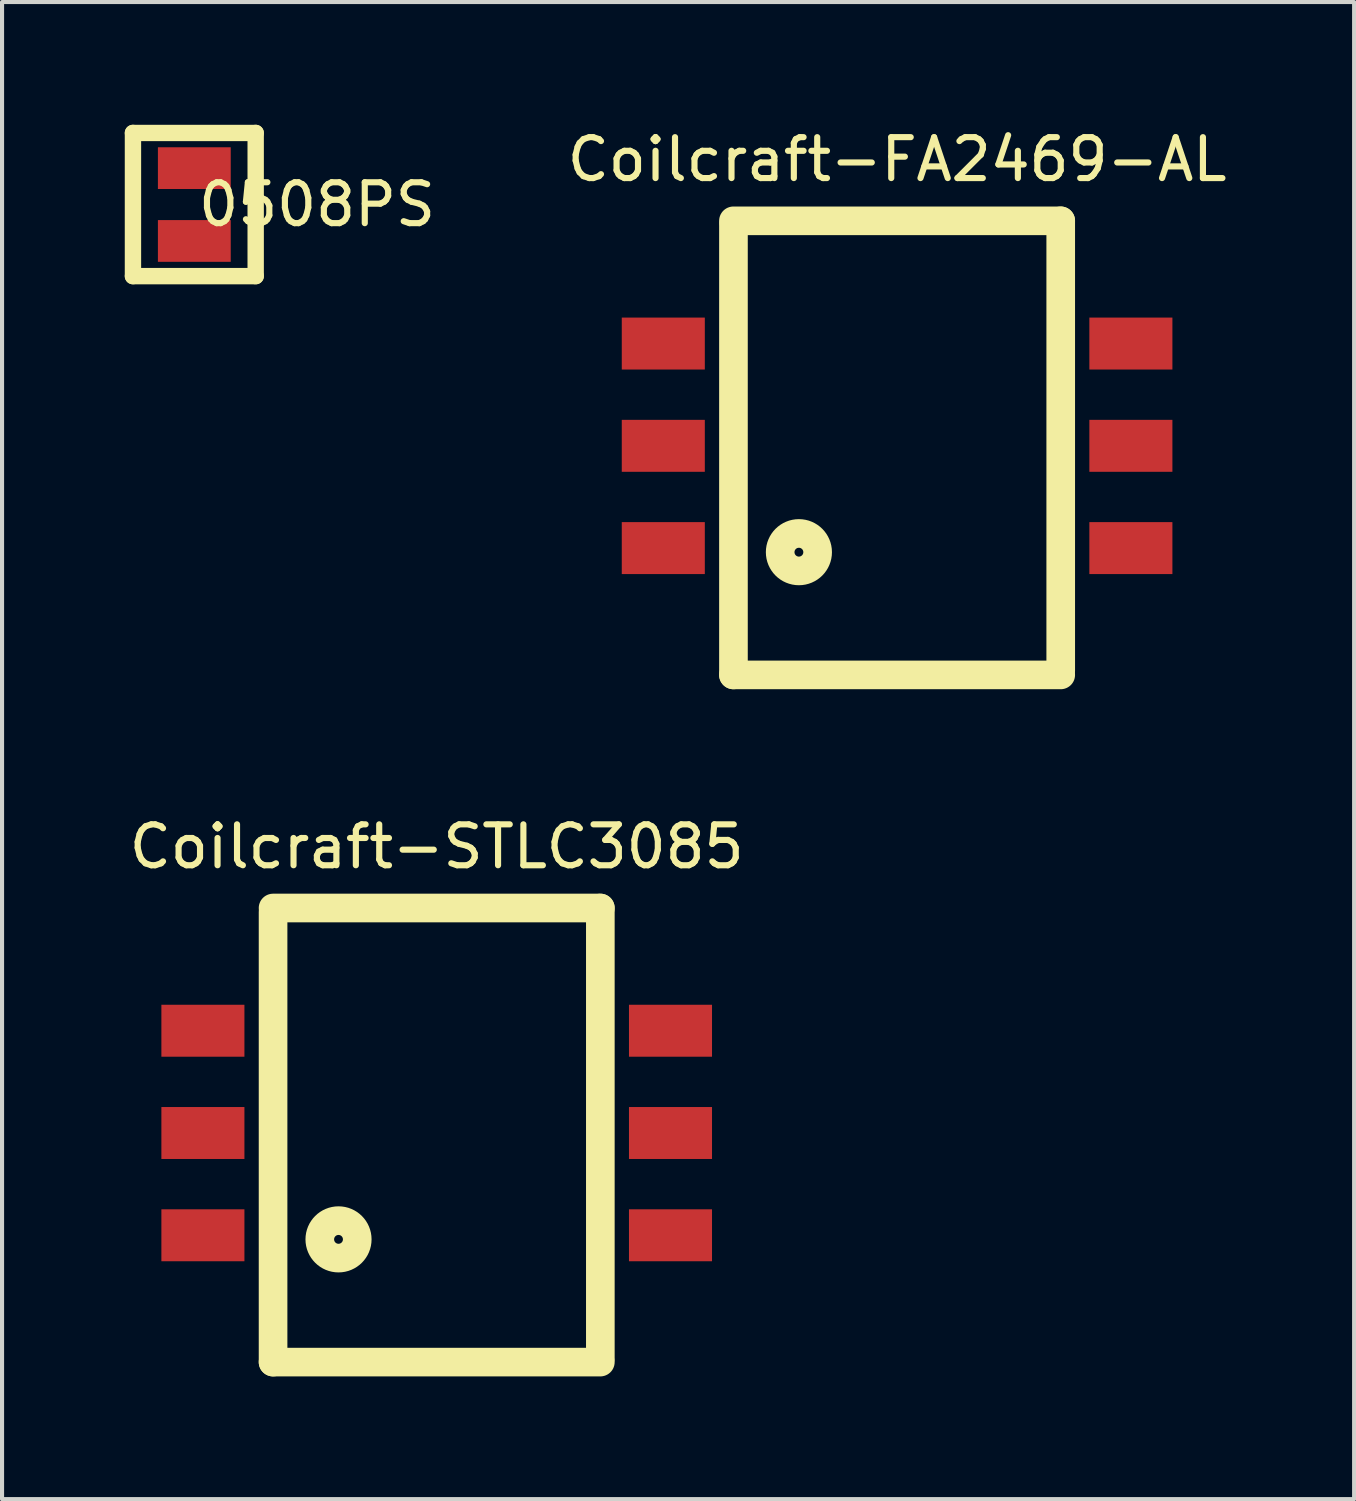
<source format=kicad_pcb>
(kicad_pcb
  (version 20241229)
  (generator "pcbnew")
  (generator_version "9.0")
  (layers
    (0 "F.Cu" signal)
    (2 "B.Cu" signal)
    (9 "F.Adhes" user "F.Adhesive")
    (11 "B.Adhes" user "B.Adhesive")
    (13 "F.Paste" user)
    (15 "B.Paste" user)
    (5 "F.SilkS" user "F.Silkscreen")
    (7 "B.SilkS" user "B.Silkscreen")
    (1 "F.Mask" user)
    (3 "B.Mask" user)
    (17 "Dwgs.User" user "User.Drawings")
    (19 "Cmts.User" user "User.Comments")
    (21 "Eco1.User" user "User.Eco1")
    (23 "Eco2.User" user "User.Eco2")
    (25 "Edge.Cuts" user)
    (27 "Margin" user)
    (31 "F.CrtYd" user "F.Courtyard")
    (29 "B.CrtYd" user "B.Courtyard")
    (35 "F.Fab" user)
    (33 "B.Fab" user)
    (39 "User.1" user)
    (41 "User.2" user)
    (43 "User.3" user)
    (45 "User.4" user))
  (footprint "0508PS"
    (layer "F.Cu")
    (at 1.7 1.95)
    (property "Reference" "0508PS" (at 3 0 180) (layer "F.SilkS") (effects (font (size 1 1) (thickness 0.15))))
    (attr through_hole)
    (fp_line (start -1.5 -1.75) (end -1.5 1.75) (stroke (width 0.4) (type solid)) (layer "F.SilkS"))
    (fp_line (start -1.5 1.75) (end 1.5 1.75) (stroke (width 0.4) (type solid)) (layer "F.SilkS"))
    (fp_line (start 1.5 -1.75) (end -1.5 -1.75) (stroke (width 0.4) (type solid)) (layer "F.SilkS"))
    (fp_line (start 1.5 1.75) (end 1.5 -1.75) (stroke (width 0.4) (type solid)) (layer "F.SilkS"))
    (pad "1" smd rect (at 0 -0.89) (size 1.78 1.02) (layers "F.Cu" "F.Mask" "F.Paste"))
    (pad "2" smd rect (at 0 0.89) (size 1.78 1.02) (layers "F.Cu" "F.Mask" "F.Paste")))
  (footprint "Coilcraft-FA2469-AL"
    (layer "F.Cu")
    (at 18.879 7.848)
    (property "Reference" "Coilcraft-FA2469-AL" (at 0 -7 0) (layer "F.SilkS") (effects (font (size 1 1) (thickness 0.15))))
    (attr through_hole)
    (fp_line (start -4 -5.5) (end 4 -5.5) (stroke (width 0.7) (type solid)) (layer "F.SilkS"))
    (fp_line (start -4 5.6) (end -4 -5.4) (stroke (width 0.7) (type solid)) (layer "F.SilkS"))
    (fp_line (start -4 5.6) (end 4 5.6) (stroke (width 0.7) (type solid)) (layer "F.SilkS"))
    (fp_line (start 4 5.5) (end 4 -5.5) (stroke (width 0.7) (type solid)) (layer "F.SilkS"))
    (fp_circle (center -2.4 2.6) (end -2.019 2.346) (stroke (width 0.7) (type solid)) (fill no) (layer "F.SilkS"))
    (pad "1" smd rect (at -5.715 2.5) (size 2.03 1.27) (layers "F.Cu" "F.Mask" "F.Paste"))
    (pad "2" smd rect (at -5.715 0) (size 2.03 1.27) (layers "F.Cu" "F.Mask" "F.Paste"))
    (pad "3" smd rect (at -5.715 -2.5) (size 2.03 1.27) (layers "F.Cu" "F.Mask" "F.Paste"))
    (pad "4" smd rect (at 5.715 -2.5) (size 2.03 1.27) (layers "F.Cu" "F.Mask" "F.Paste"))
    (pad "5" smd rect (at 5.715 0) (size 2.03 1.27) (layers "F.Cu" "F.Mask" "F.Paste"))
    (pad "6" smd rect (at 5.715 2.5) (size 2.03 1.27) (layers "F.Cu" "F.Mask" "F.Paste")))
  (footprint "Coilcraft-STLC3085"
    (layer "F.Cu")
    (at 7.625 24.646)
    (property "Reference" "Coilcraft-STLC3085" (at 0 -7 0) (layer "F.SilkS") (effects (font (size 1 1) (thickness 0.15))))
    (attr through_hole)
    (fp_line (start -4 -5.5) (end 4 -5.5) (stroke (width 0.7) (type solid)) (layer "F.SilkS"))
    (fp_line (start -4 5.6) (end -4 -5.4) (stroke (width 0.7) (type solid)) (layer "F.SilkS"))
    (fp_line (start -4 5.6) (end 4 5.6) (stroke (width 0.7) (type solid)) (layer "F.SilkS"))
    (fp_line (start 4 5.5) (end 4 -5.5) (stroke (width 0.7) (type solid)) (layer "F.SilkS"))
    (fp_circle (center -2.4 2.6) (end -2.019 2.346) (stroke (width 0.7) (type solid)) (fill no) (layer "F.SilkS"))
    (pad "1" smd rect (at -5.715 2.5) (size 2.03 1.27) (layers "F.Cu" "F.Mask" "F.Paste"))
    (pad "2" smd rect (at -5.715 0) (size 2.03 1.27) (layers "F.Cu" "F.Mask" "F.Paste"))
    (pad "3" smd rect (at -5.715 -2.5) (size 2.03 1.27) (layers "F.Cu" "F.Mask" "F.Paste"))
    (pad "4" smd rect (at 5.715 -2.5) (size 2.03 1.27) (layers "F.Cu" "F.Mask" "F.Paste"))
    (pad "5" smd rect (at 5.715 0) (size 2.03 1.27) (layers "F.Cu" "F.Mask" "F.Paste"))
    (pad "6" smd rect (at 5.715 2.5) (size 2.03 1.27) (layers "F.Cu" "F.Mask" "F.Paste")))
  (gr_rect
    (start -3 -3)
    (end 30.051 33.596)
    (stroke (width 0.1) (type default))
    (fill no)
    (layer "Edge.Cuts")))
</source>
